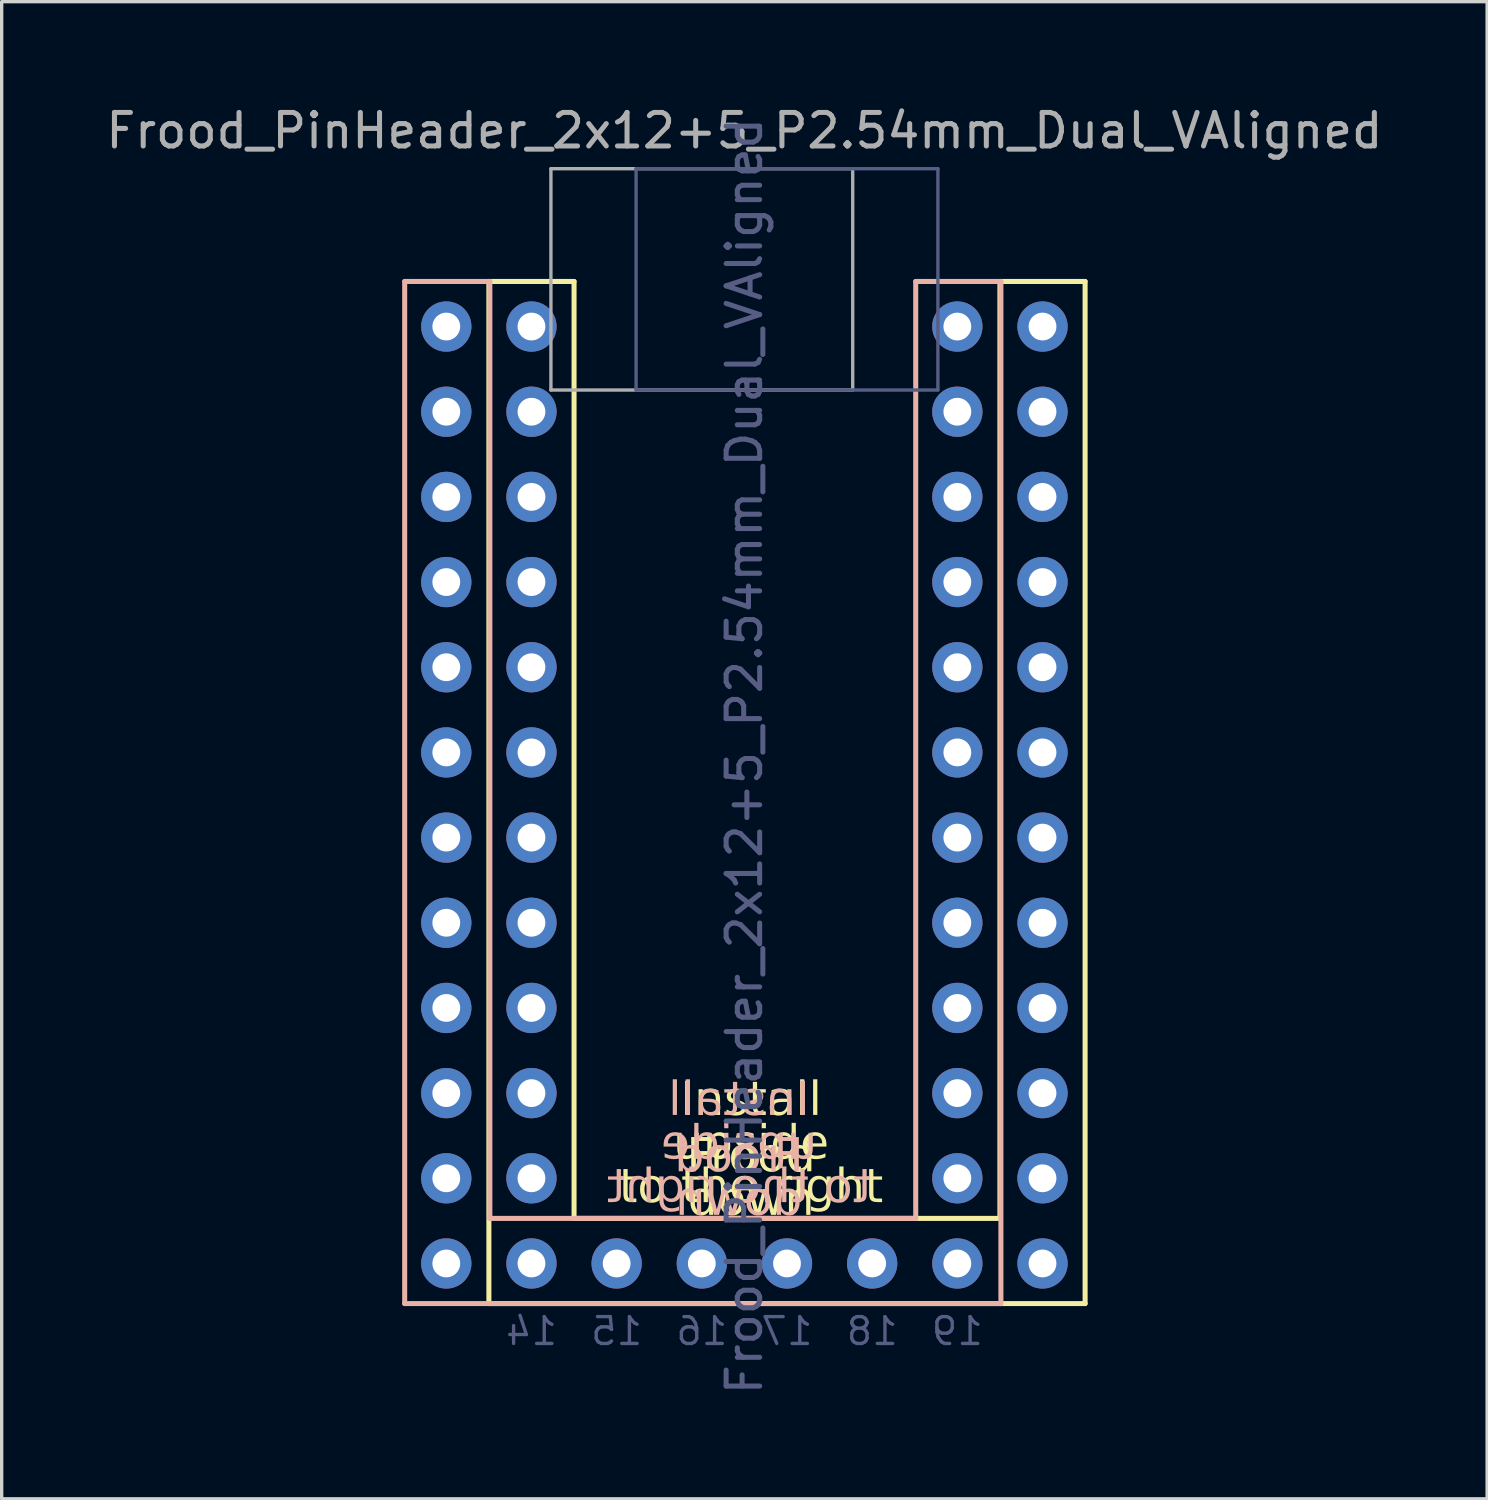
<source format=kicad_pcb>
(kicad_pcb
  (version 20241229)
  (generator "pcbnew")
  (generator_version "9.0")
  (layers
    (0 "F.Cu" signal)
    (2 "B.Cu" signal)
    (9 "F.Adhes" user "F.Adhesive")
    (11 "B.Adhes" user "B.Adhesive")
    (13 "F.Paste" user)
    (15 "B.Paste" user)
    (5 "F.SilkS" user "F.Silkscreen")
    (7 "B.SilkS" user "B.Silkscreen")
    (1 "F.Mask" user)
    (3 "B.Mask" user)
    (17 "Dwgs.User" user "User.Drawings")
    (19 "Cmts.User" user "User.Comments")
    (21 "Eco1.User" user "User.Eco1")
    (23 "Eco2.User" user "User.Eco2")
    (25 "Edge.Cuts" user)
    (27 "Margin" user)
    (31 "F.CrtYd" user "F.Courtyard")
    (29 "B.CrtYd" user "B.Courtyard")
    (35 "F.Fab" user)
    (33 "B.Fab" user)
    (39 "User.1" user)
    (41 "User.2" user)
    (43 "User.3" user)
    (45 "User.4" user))
  (footprint "Frood_PinHeader_2x12+5_P2.54mm_Dual_VAligned"
    (layer "F.Cu")
    (at 19.149 4.148)
    (property "Reference" "Frood_PinHeader_2x12+5_P2.54mm_Dual_VAligned" (at 0 -3.3 0) (layer "F.Fab") (effects (font (size 1 1) (thickness 0.15))))
    (attr through_hole)
    (fp_line (start -7.62 1.196) (end -5.08 1.196) (stroke (width 0.15) (type solid)) (layer "F.SilkS"))
    (fp_line (start -7.62 31.676) (end -7.62 1.196) (stroke (width 0.15) (type solid)) (layer "F.SilkS"))
    (fp_line (start -5.08 1.196) (end -5.08 29.136) (stroke (width 0.15) (type solid)) (layer "F.SilkS"))
    (fp_line (start 7.62 1.196) (end 10.16 1.196) (stroke (width 0.15) (type solid)) (layer "F.SilkS"))
    (fp_line (start 7.62 29.136) (end -5.08 29.136) (stroke (width 0.15) (type solid)) (layer "F.SilkS"))
    (fp_line (start 7.62 29.136) (end 7.62 1.196) (stroke (width 0.15) (type solid)) (layer "F.SilkS"))
    (fp_line (start 10.16 1.196) (end 10.16 31.676) (stroke (width 0.15) (type solid)) (layer "F.SilkS"))
    (fp_line (start 10.16 31.676) (end -7.62 31.676) (stroke (width 0.15) (type solid)) (layer "F.SilkS"))
    (fp_line (start -10.131 1.196) (end -10.131 31.676) (stroke (width 0.15) (type solid)) (layer "B.SilkS"))
    (fp_line (start -10.131 31.676) (end 7.649 31.676) (stroke (width 0.15) (type solid)) (layer "B.SilkS"))
    (fp_line (start -7.591 1.196) (end -10.131 1.196) (stroke (width 0.15) (type solid)) (layer "B.SilkS"))
    (fp_line (start -7.591 29.136) (end -7.591 1.196) (stroke (width 0.15) (type solid)) (layer "B.SilkS"))
    (fp_line (start -7.591 29.136) (end 5.109 29.136) (stroke (width 0.15) (type solid)) (layer "B.SilkS"))
    (fp_line (start 5.109 1.196) (end 5.109 29.136) (stroke (width 0.15) (type solid)) (layer "B.SilkS"))
    (fp_line (start 7.649 1.196) (end 5.109 1.196) (stroke (width 0.15) (type solid)) (layer "B.SilkS"))
    (fp_line (start 7.649 31.676) (end 7.649 1.196) (stroke (width 0.15) (type solid)) (layer "B.SilkS"))
    (fp_line (start -3.23 -2.167) (end 5.77 -2.167) (stroke (width 0.1) (type solid)) (layer "B.Fab"))
    (fp_line (start -3.23 4.433) (end -3.23 -2.167) (stroke (width 0.1) (type solid)) (layer "B.Fab"))
    (fp_line (start 5.77 -2.167) (end 5.77 4.433) (stroke (width 0.1) (type solid)) (layer "B.Fab"))
    (fp_line (start 5.77 4.433) (end -3.23 4.433) (stroke (width 0.1) (type solid)) (layer "B.Fab"))
    (fp_line (start -5.77 -2.167) (end -5.77 4.433) (stroke (width 0.1) (type solid)) (layer "F.Fab"))
    (fp_line (start -5.77 4.433) (end 3.23 4.433) (stroke (width 0.1) (type solid)) (layer "F.Fab"))
    (fp_line (start 3.23 -2.167) (end -5.77 -2.167) (stroke (width 0.1) (type solid)) (layer "F.Fab"))
    (fp_line (start 3.23 4.433) (end 3.23 -2.167) (stroke (width 0.1) (type solid)) (layer "F.Fab"))
    (fp_line (start -7.1 2.5) (end -7.1 30.44) (stroke (width 0.15) (type solid)) (layer "User.6"))
    (fp_line (start -6.35 31.19) (end 8.89 31.19) (stroke (width 0.15) (type solid)) (layer "User.6"))
    (fp_line (start -5.6 29.69) (end -5.6 2.5) (stroke (width 0.15) (type solid)) (layer "User.6"))
    (fp_line (start 8.14 2.5) (end 8.14 29.69) (stroke (width 0.15) (type solid)) (layer "User.6"))
    (fp_line (start 8.14 29.69) (end -5.6 29.69) (stroke (width 0.15) (type solid)) (layer "User.6"))
    (fp_line (start 9.64 30.44) (end 9.64 2.5) (stroke (width 0.15) (type solid)) (layer "User.6"))
    (fp_arc (start -7.1 2.5) (mid -6.35 1.75) (end -5.6 2.5) (stroke (width 0.15) (type solid)) (layer "User.6"))
    (fp_arc (start -6.350001 31.190008) (mid -6.880332 30.970339) (end -7.100001 30.440008) (stroke (width 0.15) (type solid)) (layer "User.6"))
    (fp_arc (start 8.139999 2.5) (mid 8.889999 1.75) (end 9.639999 2.5) (stroke (width 0.15) (type solid)) (layer "User.6"))
    (fp_arc (start 9.639999 30.440003) (mid 9.420328 30.970331) (end 8.889999 31.190003) (stroke (width 0.15) (type solid)) (layer "User.6"))
    (fp_line (start -9.64 2.5) (end -9.64 30.44) (stroke (width 0.15) (type solid)) (layer "User.7"))
    (fp_line (start -8.89 31.19) (end 6.35 31.19) (stroke (width 0.15) (type solid)) (layer "User.7"))
    (fp_line (start -8.14 29.69) (end -8.14 2.5) (stroke (width 0.15) (type solid)) (layer "User.7"))
    (fp_line (start 5.6 2.5) (end 5.6 29.69) (stroke (width 0.15) (type solid)) (layer "User.7"))
    (fp_line (start 5.6 29.69) (end -8.14 29.69) (stroke (width 0.15) (type solid)) (layer "User.7"))
    (fp_line (start 7.1 30.44) (end 7.1 2.5) (stroke (width 0.15) (type solid)) (layer "User.7"))
    (fp_arc (start -9.64 2.5) (mid -8.89 1.75) (end -8.14 2.5) (stroke (width 0.15) (type solid)) (layer "User.7"))
    (fp_arc (start -8.890001 31.190008) (mid -9.420332 30.970339) (end -9.640001 30.440008) (stroke (width 0.15) (type solid)) (layer "User.7"))
    (fp_arc (start 5.599999 2.5) (mid 6.349999 1.75) (end 7.099999 2.5) (stroke (width 0.15) (type solid)) (layer "User.7"))
    (fp_arc (start 7.099999 30.440003) (mid 6.880334 30.970337) (end 6.349999 31.190003) (stroke (width 0.15) (type solid)) (layer "User.7"))
    (fp_text user "${REFERENCE}" (at 0 15.35 270) (layer "B.Fab") (effects (font (size 1 1) (thickness 0.15))))
    (fp_text user "17" (at 1.27 32.5 0) (unlocked yes) (layer "B.Fab") (effects (font (size 0.8 0.8) (thickness 0.1)) (justify mirror)))
    (fp_text user "19" (at 6.35 32.5 0) (unlocked yes) (layer "B.Fab") (effects (font (size 0.8 0.8) (thickness 0.1)) (justify mirror)))
    (fp_text user "14" (at -6.35 32.5 0) (unlocked yes) (layer "B.Fab") (effects (font (size 0.8 0.8) (thickness 0.1)) (justify mirror)))
    (fp_text user "18" (at 3.81 32.5 0) (unlocked yes) (layer "B.Fab") (effects (font (size 0.8 0.8) (thickness 0.1)) (justify mirror)))
    (fp_text user "15" (at -3.81 32.5 0) (unlocked yes) (layer "B.Fab") (effects (font (size 0.8 0.8) (thickness 0.1)) (justify mirror)))
    (fp_text user "16" (at -1.27 32.5 0) (unlocked yes) (layer "B.Fab") (effects (font (size 0.8 0.8) (thickness 0.1)) (justify mirror)))
    (fp_text_box "Install Frood" (start -4.662 24.3) (end 5.062 26.7) (margins 0.75 0.75 0.75 0.75) (layer "F.SilkS") (effects (font (face "Roboto Medium") (size 1 1) (thickness 0.15)) (justify top)) (border no) (stroke (width -0.000001) (type solid)))
    (fp_text_box "upside down" (start -4.662 25.6) (end 5.062 28) (margins 0.75 0.75 0.75 0.75) (layer "F.SilkS") (effects (font (face "Roboto Medium") (size 1 1) (thickness 0.15)) (justify top)) (border no) (stroke (width -0.000001) (type solid)))
    (fp_text_box "to the right" (start -4.662 26.9) (end 5.062 29.3) (margins 0.75 0.75 0.75 0.75) (layer "F.SilkS") (effects (font (face "Roboto Medium") (size 1 1) (thickness 0.15)) (justify top)) (border no) (stroke (width -0.000001) (type solid)))
    (fp_text_box "to the right" (start -5.025 26.9) (end 4.7 29.3) (margins 0.75 0.75 0.75 0.75) (layer "B.SilkS") (effects (font (face "Roboto Medium") (size 1 1) (thickness 0.15)) (justify top mirror)) (border no) (stroke (width -0.000001) (type solid)))
    (fp_text_box "Install Frood" (start -5.025 24.3) (end 4.7 26.7) (margins 0.75 0.75 0.75 0.75) (layer "B.SilkS") (effects (font (face "Roboto Medium") (size 1 1) (thickness 0.15)) (justify top mirror)) (border no) (stroke (width -0.000001) (type solid)))
    (fp_text_box "upside down" (start -5.025 25.6) (end 4.7 28) (margins 0.75 0.75 0.75 0.75) (layer "B.SilkS") (effects (font (face "Roboto Medium") (size 1 1) (thickness 0.15)) (justify top mirror)) (border no) (stroke (width -0.000001) (type solid)))
    (pad "2" thru_hole oval (at -8.89 2.54) (size 1.5 1.5) (drill 0.83) (layers "*.Cu" "F.Mask"))
    (pad "2" thru_hole oval (at 8.89 2.54) (size 1.5 1.5) (drill 0.83) (layers "*.Cu" "B.Mask"))
    (pad "3" thru_hole oval (at -8.89 5.08) (size 1.5 1.5) (drill 0.83) (layers "*.Cu" "F.Mask"))
    (pad "3" thru_hole oval (at 8.89 5.08) (size 1.5 1.5) (drill 0.83) (layers "*.Cu" "B.Mask"))
    (pad "4" thru_hole oval (at -8.89 7.62 315) (size 1.5 1.5) (drill 0.83) (layers "*.Cu" "F.Mask"))
    (pad "4" thru_hole oval (at 8.89 7.62 315) (size 1.5 1.5) (drill 0.83) (layers "*.Cu" "B.Mask"))
    (pad "5" thru_hole oval (at -8.89 10.16 315) (size 1.5 1.5) (drill 0.83) (layers "*.Cu" "F.Mask"))
    (pad "5" thru_hole oval (at 8.89 10.16 315) (size 1.5 1.5) (drill 0.83) (layers "*.Cu" "B.Mask"))
    (pad "6" thru_hole oval (at -8.89 12.7) (size 1.5 1.5) (drill 0.83) (layers "*.Cu" "F.Mask"))
    (pad "6" thru_hole oval (at 8.89 12.7) (size 1.5 1.5) (drill 0.83) (layers "*.Cu" "B.Mask"))
    (pad "7" thru_hole oval (at -8.89 15.24) (size 1.5 1.5) (drill 0.83) (layers "*.Cu" "F.Mask"))
    (pad "7" thru_hole oval (at 8.89 15.24) (size 1.5 1.5) (drill 0.83) (layers "*.Cu" "B.Mask"))
    (pad "8" thru_hole oval (at -8.89 17.78) (size 1.5 1.5) (drill 0.83) (layers "*.Cu" "F.Mask"))
    (pad "8" thru_hole oval (at 8.89 17.78) (size 1.5 1.5) (drill 0.83) (layers "*.Cu" "B.Mask"))
    (pad "9" thru_hole oval (at -8.89 20.32) (size 1.5 1.5) (drill 0.83) (layers "*.Cu" "F.Mask"))
    (pad "9" thru_hole oval (at 8.89 20.32) (size 1.5 1.5) (drill 0.83) (layers "*.Cu" "B.Mask"))
    (pad "10" thru_hole oval (at -8.89 22.86) (size 1.5 1.5) (drill 0.83) (layers "*.Cu" "F.Mask"))
    (pad "10" thru_hole oval (at 8.89 22.86) (size 1.5 1.5) (drill 0.83) (layers "*.Cu" "B.Mask"))
    (pad "11" thru_hole oval (at -8.89 25.4) (size 1.5 1.5) (drill 0.83) (layers "*.Cu" "F.Mask"))
    (pad "11" thru_hole oval (at 8.89 25.4) (size 1.5 1.5) (drill 0.83) (layers "*.Cu" "B.Mask"))
    (pad "12" thru_hole oval (at -8.89 27.94) (size 1.5 1.5) (drill 0.83) (layers "*.Cu" "F.Mask"))
    (pad "12" thru_hole oval (at 8.89 27.94) (size 1.5 1.5) (drill 0.83) (layers "*.Cu" "B.Mask"))
    (pad "13" thru_hole oval (at -8.89 30.48) (size 1.5 1.5) (drill 0.83) (layers "*.Cu" "F.Mask"))
    (pad "13" thru_hole oval (at 8.89 30.48) (size 1.5 1.5) (drill 0.83) (layers "*.Cu" "B.Mask"))
    (pad "14" thru_hole oval (at 6.35 30.48) (size 1.5 1.5) (drill 0.83) (layers "*.Cu" "*.Mask"))
    (pad "15" thru_hole oval (at 3.81 30.48) (size 1.5 1.5) (drill 0.83) (layers "*.Cu" "*.Mask"))
    (pad "16" thru_hole oval (at 1.27 30.48) (size 1.5 1.5) (drill 0.83) (layers "*.Cu" "*.Mask"))
    (pad "17" thru_hole oval (at -1.27 30.48) (size 1.5 1.5) (drill 0.83) (layers "*.Cu" "*.Mask"))
    (pad "18" thru_hole oval (at -3.81 30.48) (size 1.5 1.5) (drill 0.83) (layers "*.Cu" "*.Mask"))
    (pad "19" thru_hole oval (at -6.35 30.48) (size 1.5 1.5) (drill 0.83) (layers "*.Cu" "*.Mask"))
    (pad "20" thru_hole oval (at -6.35 27.94) (size 1.5 1.5) (drill 0.83) (layers "*.Cu" "B.Mask"))
    (pad "20" thru_hole oval (at 6.35 27.94) (size 1.5 1.5) (drill 0.83) (layers "*.Cu" "F.Mask"))
    (pad "21" thru_hole oval (at -6.35 25.4) (size 1.5 1.5) (drill 0.83) (layers "*.Cu" "B.Mask"))
    (pad "21" thru_hole oval (at 6.35 25.4) (size 1.5 1.5) (drill 0.83) (layers "*.Cu" "F.Mask"))
    (pad "22" thru_hole oval (at -6.35 22.86) (size 1.5 1.5) (drill 0.83) (layers "*.Cu" "B.Mask"))
    (pad "22" thru_hole oval (at 6.35 22.86) (size 1.5 1.5) (drill 0.83) (layers "*.Cu" "F.Mask"))
    (pad "23" thru_hole oval (at -6.35 20.32) (size 1.5 1.5) (drill 0.83) (layers "*.Cu" "B.Mask"))
    (pad "23" thru_hole oval (at 6.35 20.32) (size 1.5 1.5) (drill 0.83) (layers "*.Cu" "F.Mask"))
    (pad "24" thru_hole oval (at -6.35 17.78) (size 1.5 1.5) (drill 0.83) (layers "*.Cu" "B.Mask"))
    (pad "24" thru_hole oval (at 6.35 17.78) (size 1.5 1.5) (drill 0.83) (layers "*.Cu" "F.Mask"))
    (pad "25" thru_hole oval (at -6.35 15.24) (size 1.5 1.5) (drill 0.83) (layers "*.Cu" "B.Mask"))
    (pad "25" thru_hole oval (at 6.35 15.24) (size 1.5 1.5) (drill 0.83) (layers "*.Cu" "F.Mask"))
    (pad "26" thru_hole oval (at -6.35 12.7) (size 1.5 1.5) (drill 0.83) (layers "*.Cu" "B.Mask"))
    (pad "26" thru_hole oval (at 6.35 12.7) (size 1.5 1.5) (drill 0.83) (layers "*.Cu" "F.Mask"))
    (pad "27" thru_hole oval (at -6.35 10.16) (size 1.5 1.5) (drill 0.83) (layers "*.Cu" "B.Mask"))
    (pad "27" thru_hole oval (at 6.35 10.16) (size 1.5 1.5) (drill 0.83) (layers "*.Cu" "F.Mask"))
    (pad "28" thru_hole oval (at -6.35 7.62) (size 1.5 1.5) (drill 0.83) (layers "*.Cu" "B.Mask"))
    (pad "28" thru_hole oval (at 6.35 7.62) (size 1.5 1.5) (drill 0.83) (layers "*.Cu" "F.Mask"))
    (pad "29" thru_hole oval (at -6.35 5.08 315) (size 1.5 1.5) (drill 0.83) (layers "*.Cu" "B.Mask"))
    (pad "29" thru_hole oval (at 6.35 5.08 315) (size 1.5 1.5) (drill 0.83) (layers "*.Cu" "F.Mask"))
    (pad "30" thru_hole oval (at -6.35 2.54) (size 1.5 1.5) (drill 0.83) (layers "*.Cu" "B.Mask"))
    (pad "30" thru_hole oval (at 6.35 2.54) (size 1.5 1.5) (drill 0.83) (layers "*.Cu" "F.Mask")))
  (gr_rect
    (start -3 -3)
    (end 41.298 41.647)
    (stroke (width 0.1) (type default))
    (fill no)
    (layer "Edge.Cuts")))
</source>
